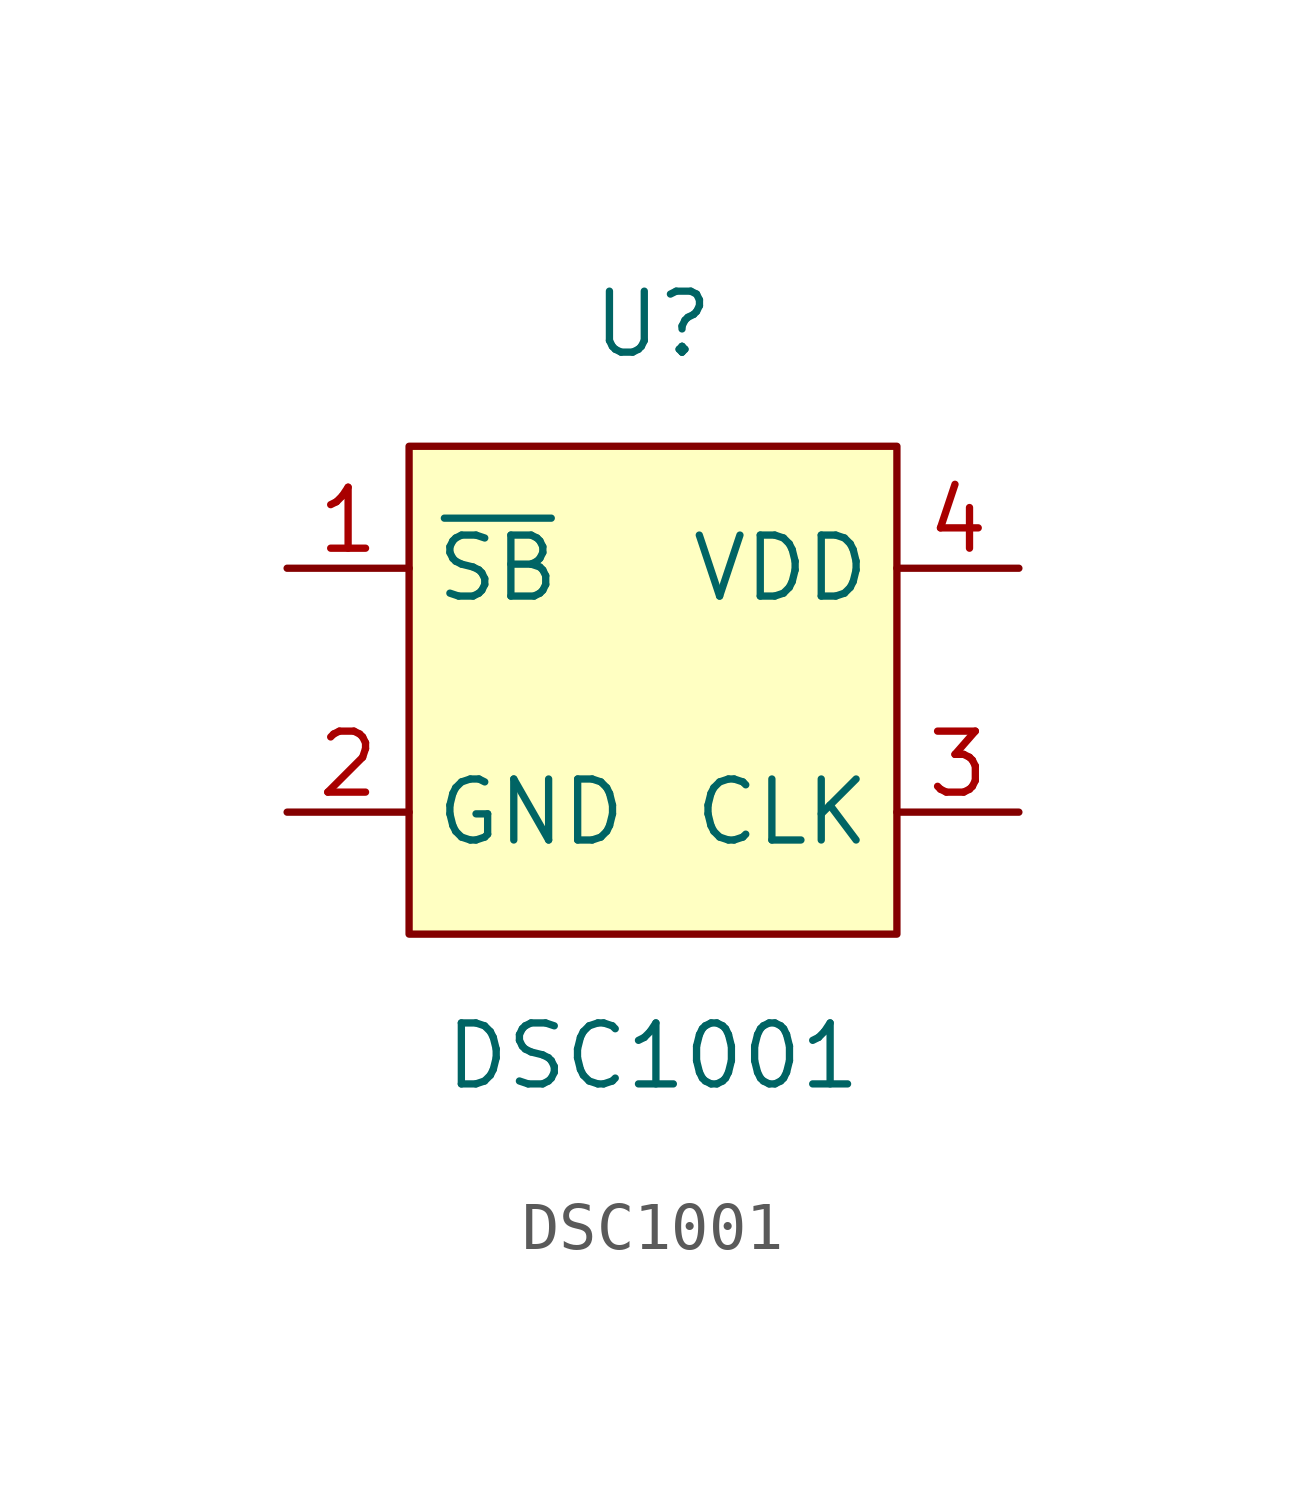
<source format=kicad_sym>
(kicad_symbol_lib
  (version 20220914)
  (generator kicad_symbol_editor)
  (symbol "DSC1001"
    (property "Reference" "U"
      (at 0 7.62 0)
      (effects (font (size 1.27 1.27))))
    (property "Value" "DSC1001"
      (at 0 -7.62 0)
      (effects (font (size 1.27 1.27))))
    (symbol "DSC1001_0_1"
      (rectangle (start -5.08 5.08) (end 5.08 -5.08) (stroke (width 0) (type default)) (fill (type background))))
    (symbol "DSC1001_1_1"
      (pin input line (at -7.62 2.54 0) (length 2.54) (name "~{SB}" (effects (font (size 1.27 1.27)))) (number "1" (effects (font (size 1.27 1.27)))))
      (pin passive line (at -7.62 -2.54 0) (length 2.54) (name "GND" (effects (font (size 1.27 1.27)))) (number "2" (effects (font (size 1.27 1.27)))))
      (pin output line (at 7.62 -2.54 180) (length 2.54) (name "CLK" (effects (font (size 1.27 1.27)))) (number "3" (effects (font (size 1.27 1.27)))))
      (pin power_in line (at 7.62 2.54 180) (length 2.54) (name "VDD" (effects (font (size 1.27 1.27)))) (number "4" (effects (font (size 1.27 1.27))))))))
</source>
